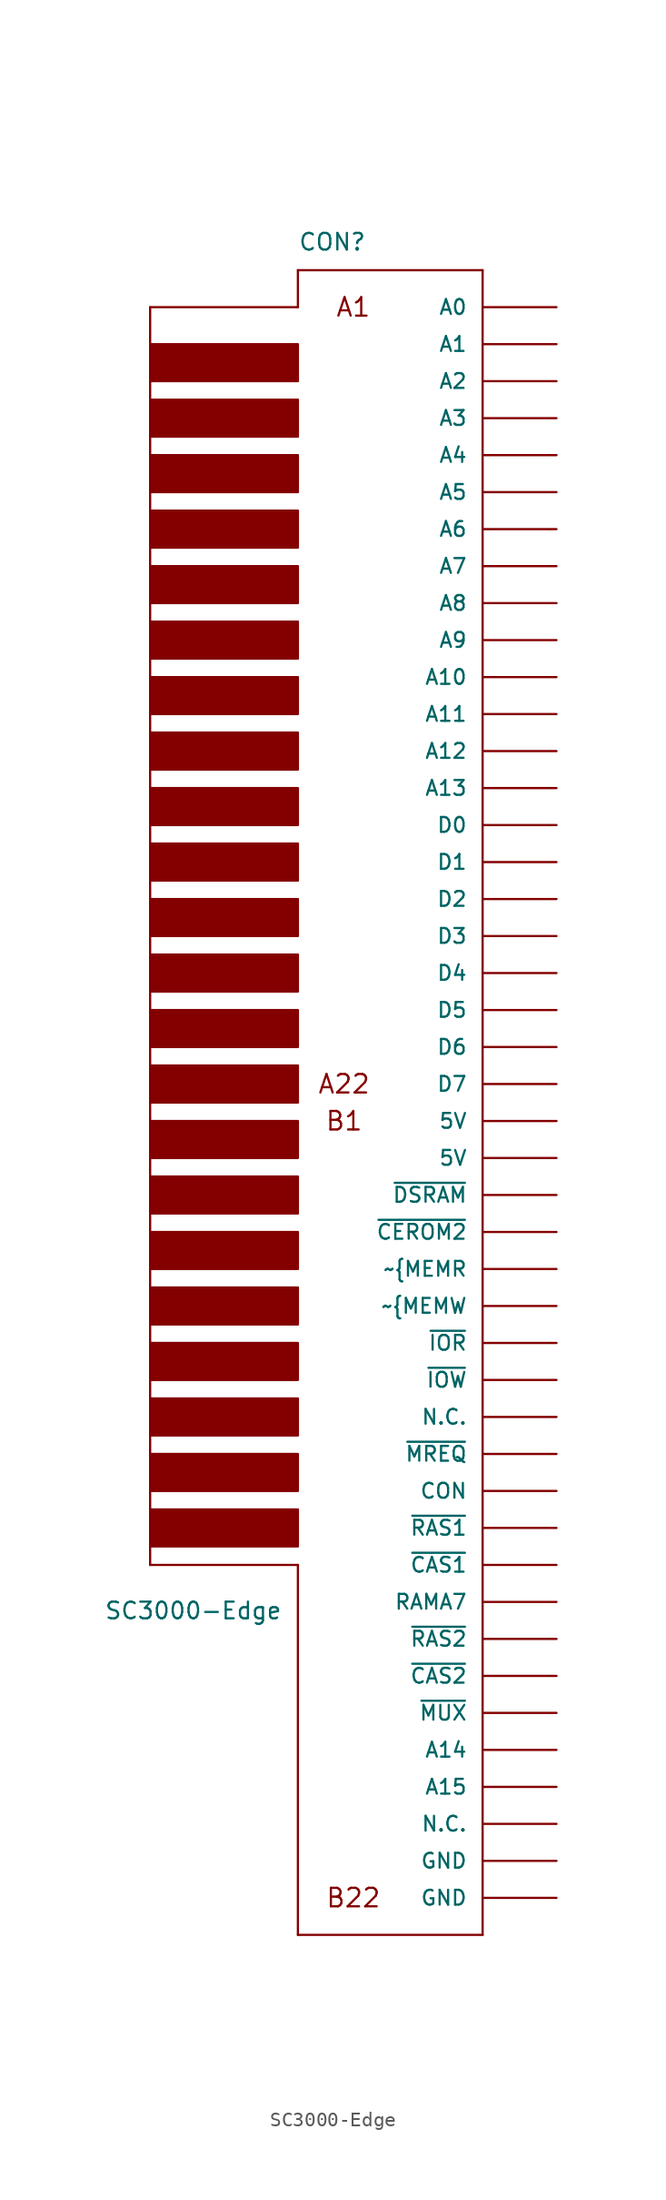
<source format=kicad_sym>
(kicad_symbol_lib
  (version 20231120)
  (generator "kicad_symbol_editor")
  (generator_version "8.0")
  (symbol "SC3000-Edge"
    (pin_numbers hide)
    (pin_names
      (offset 1.016))
    (property "Reference" "CON"
      (at -15.24 67.31 0)
      (effects (font (size 1.143 1.143)) (justify left bottom)))
    (property "Value" "SC3000-Edge"
      (at -28.575 -26.67 0)
      (effects (font (size 1.143 1.143)) (justify left bottom)))
    (symbol "SC3000-Edge_0_0"
      (text "A1" (at -11.43 63.5 0) (effects (font (size 1.27 1.27))))
      (text "A22" (at -12.065 10.16 0) (effects (font (size 1.27 1.27))))
      (text "B1" (at -12.065 7.62 0) (effects (font (size 1.27 1.27))))
      (text "B22" (at -11.43 -45.72 0) (effects (font (size 1.27 1.27)))))
    (symbol "SC3000-Edge_1_0"
      (polyline (pts (xy -25.4 -22.86) (xy -15.24 -22.86)) (stroke (width 0) (type default)) (fill (type none)))
      (polyline (pts (xy -25.4 63.5) (xy -25.4 -22.86)) (stroke (width 0) (type default)) (fill (type none)))
      (polyline (pts (xy -15.24 -48.26) (xy -2.54 -48.26)) (stroke (width 0) (type default)) (fill (type none)))
      (polyline (pts (xy -15.24 -22.86) (xy -15.24 -48.26)) (stroke (width 0) (type default)) (fill (type none)))
      (polyline (pts (xy -15.24 63.5) (xy -25.4 63.5)) (stroke (width 0) (type default)) (fill (type none)))
      (polyline (pts (xy -15.24 66.04) (xy -15.24 63.5)) (stroke (width 0) (type default)) (fill (type none)))
      (polyline (pts (xy -2.54 66.04) (xy -15.24 66.04)) (stroke (width 0) (type default)) (fill (type none)))
      (polyline (pts (xy -2.54 66.04) (xy -2.54 -48.26)) (stroke (width 0) (type default)) (fill (type none))))
    (symbol "SC3000-Edge_1_1"
      (rectangle (start -25.4 -21.59) (end -15.24 -19.05) (stroke (width 0) (type default)) (fill (type outline)))
      (rectangle (start -25.4 -17.78) (end -15.24 -15.24) (stroke (width 0) (type default)) (fill (type outline)))
      (rectangle (start -25.4 -13.97) (end -15.24 -11.43) (stroke (width 0) (type default)) (fill (type outline)))
      (rectangle (start -25.4 -10.16) (end -15.24 -7.62) (stroke (width 0) (type default)) (fill (type outline)))
      (rectangle (start -25.4 -6.35) (end -15.24 -3.81) (stroke (width 0) (type default)) (fill (type outline)))
      (rectangle (start -25.4 -2.54) (end -15.24 0) (stroke (width 0) (type default)) (fill (type outline)))
      (rectangle (start -25.4 1.27) (end -15.24 3.81) (stroke (width 0) (type default)) (fill (type outline)))
      (rectangle (start -25.4 5.08) (end -15.24 7.62) (stroke (width 0) (type default)) (fill (type outline)))
      (rectangle (start -25.4 8.89) (end -15.24 11.43) (stroke (width 0) (type default)) (fill (type outline)))
      (rectangle (start -25.4 12.7) (end -15.24 15.24) (stroke (width 0) (type default)) (fill (type outline)))
      (rectangle (start -25.4 16.51) (end -15.24 19.05) (stroke (width 0) (type default)) (fill (type outline)))
      (rectangle (start -25.4 20.32) (end -15.24 22.86) (stroke (width 0) (type default)) (fill (type outline)))
      (rectangle (start -25.4 24.13) (end -15.24 26.67) (stroke (width 0) (type default)) (fill (type outline)))
      (rectangle (start -25.4 27.94) (end -15.24 30.48) (stroke (width 0) (type default)) (fill (type outline)))
      (rectangle (start -25.4 31.75) (end -15.24 34.29) (stroke (width 0) (type default)) (fill (type outline)))
      (rectangle (start -25.4 35.56) (end -15.24 38.1) (stroke (width 0) (type default)) (fill (type outline)))
      (rectangle (start -25.4 39.37) (end -15.24 41.91) (stroke (width 0) (type default)) (fill (type outline)))
      (rectangle (start -25.4 43.18) (end -15.24 45.72) (stroke (width 0) (type default)) (fill (type outline)))
      (rectangle (start -25.4 46.99) (end -15.24 49.53) (stroke (width 0) (type default)) (fill (type outline)))
      (rectangle (start -25.4 50.8) (end -15.24 53.34) (stroke (width 0) (type default)) (fill (type outline)))
      (rectangle (start -25.4 54.61) (end -15.24 57.15) (stroke (width 0) (type default)) (fill (type outline)))
      (rectangle (start -25.4 58.42) (end -15.24 60.96) (stroke (width 0) (type default)) (fill (type outline)))
      (pin bidirectional line (at 2.54 63.5 180) (length 5.08) (name "A0" (effects (font (size 1.016 1.016)))) (number "A1" (effects (font (size 1.016 1.016)))))
      (pin bidirectional line (at 2.54 40.64 180) (length 5.08) (name "A9" (effects (font (size 1.016 1.016)))) (number "A10" (effects (font (size 1.016 1.016)))))
      (pin bidirectional line (at 2.54 38.1 180) (length 5.08) (name "A10" (effects (font (size 1.016 1.016)))) (number "A11" (effects (font (size 1.016 1.016)))))
      (pin bidirectional line (at 2.54 35.56 180) (length 5.08) (name "A11" (effects (font (size 1.016 1.016)))) (number "A12" (effects (font (size 1.016 1.016)))))
      (pin bidirectional line (at 2.54 33.02 180) (length 5.08) (name "A12" (effects (font (size 1.016 1.016)))) (number "A13" (effects (font (size 1.016 1.016)))))
      (pin bidirectional line (at 2.54 30.48 180) (length 5.08) (name "A13" (effects (font (size 1.016 1.016)))) (number "A14" (effects (font (size 1.016 1.016)))))
      (pin bidirectional line (at 2.54 27.94 180) (length 5.08) (name "D0" (effects (font (size 1.016 1.016)))) (number "A15" (effects (font (size 1.016 1.016)))))
      (pin bidirectional line (at 2.54 25.4 180) (length 5.08) (name "D1" (effects (font (size 1.016 1.016)))) (number "A16" (effects (font (size 1.016 1.016)))))
      (pin bidirectional line (at 2.54 22.86 180) (length 5.08) (name "D2" (effects (font (size 1.016 1.016)))) (number "A17" (effects (font (size 1.016 1.016)))))
      (pin bidirectional line (at 2.54 20.32 180) (length 5.08) (name "D3" (effects (font (size 1.016 1.016)))) (number "A18" (effects (font (size 1.016 1.016)))))
      (pin bidirectional line (at 2.54 17.78 180) (length 5.08) (name "D4" (effects (font (size 1.016 1.016)))) (number "A19" (effects (font (size 1.016 1.016)))))
      (pin bidirectional line (at 2.54 60.96 180) (length 5.08) (name "A1" (effects (font (size 1.016 1.016)))) (number "A2" (effects (font (size 1.016 1.016)))))
      (pin bidirectional line (at 2.54 15.24 180) (length 5.08) (name "D5" (effects (font (size 1.016 1.016)))) (number "A20" (effects (font (size 1.016 1.016)))))
      (pin bidirectional line (at 2.54 12.7 180) (length 5.08) (name "D6" (effects (font (size 1.016 1.016)))) (number "A21" (effects (font (size 1.016 1.016)))))
      (pin bidirectional line (at 2.54 10.16 180) (length 5.08) (name "D7" (effects (font (size 1.016 1.016)))) (number "A22" (effects (font (size 1.016 1.016)))))
      (pin bidirectional line (at 2.54 58.42 180) (length 5.08) (name "A2" (effects (font (size 1.016 1.016)))) (number "A3" (effects (font (size 1.016 1.016)))))
      (pin bidirectional line (at 2.54 55.88 180) (length 5.08) (name "A3" (effects (font (size 1.016 1.016)))) (number "A4" (effects (font (size 1.016 1.016)))))
      (pin bidirectional line (at 2.54 53.34 180) (length 5.08) (name "A4" (effects (font (size 1.016 1.016)))) (number "A5" (effects (font (size 1.016 1.016)))))
      (pin bidirectional line (at 2.54 50.8 180) (length 5.08) (name "A5" (effects (font (size 1.016 1.016)))) (number "A6" (effects (font (size 1.016 1.016)))))
      (pin bidirectional line (at 2.54 48.26 180) (length 5.08) (name "A6" (effects (font (size 1.016 1.016)))) (number "A7" (effects (font (size 1.016 1.016)))))
      (pin bidirectional line (at 2.54 45.72 180) (length 5.08) (name "A7" (effects (font (size 1.016 1.016)))) (number "A8" (effects (font (size 1.016 1.016)))))
      (pin bidirectional line (at 2.54 43.18 180) (length 5.08) (name "A8" (effects (font (size 1.016 1.016)))) (number "A9" (effects (font (size 1.016 1.016)))))
      (pin power_in line (at 2.54 7.62 180) (length 5.08) (name "5V" (effects (font (size 1.016 1.016)))) (number "B1" (effects (font (size 1.016 1.016)))))
      (pin bidirectional line (at 2.54 -15.24 180) (length 5.08) (name "~{MREQ}" (effects (font (size 1.016 1.016)))) (number "B10" (effects (font (size 1.016 1.016)))))
      (pin bidirectional line (at 2.54 -17.78 180) (length 5.08) (name "CON" (effects (font (size 1.016 1.016)))) (number "B11" (effects (font (size 1.016 1.016)))))
      (pin bidirectional line (at 2.54 -20.32 180) (length 5.08) (name "~{RAS1}" (effects (font (size 1.016 1.016)))) (number "B12" (effects (font (size 1.016 1.016)))))
      (pin bidirectional line (at 2.54 -22.86 180) (length 5.08) (name "~{CAS1}" (effects (font (size 1.016 1.016)))) (number "B13" (effects (font (size 1.016 1.016)))))
      (pin bidirectional line (at 2.54 -25.4 180) (length 5.08) (name "RAMA7" (effects (font (size 1.016 1.016)))) (number "B14" (effects (font (size 1.016 1.016)))))
      (pin bidirectional line (at 2.54 -27.94 180) (length 5.08) (name "~{RAS2}" (effects (font (size 1.016 1.016)))) (number "B15" (effects (font (size 1.016 1.016)))))
      (pin bidirectional line (at 2.54 -30.48 180) (length 5.08) (name "~{CAS2}" (effects (font (size 1.016 1.016)))) (number "B16" (effects (font (size 1.016 1.016)))))
      (pin bidirectional line (at 2.54 -33.02 180) (length 5.08) (name "~{MUX}" (effects (font (size 1.016 1.016)))) (number "B17" (effects (font (size 1.016 1.016)))))
      (pin bidirectional line (at 2.54 -35.56 180) (length 5.08) (name "A14" (effects (font (size 1.016 1.016)))) (number "B18" (effects (font (size 1.016 1.016)))))
      (pin bidirectional line (at 2.54 -38.1 180) (length 5.08) (name "A15" (effects (font (size 1.016 1.016)))) (number "B19" (effects (font (size 1.016 1.016)))))
      (pin power_in line (at 2.54 5.08 180) (length 5.08) (name "5V" (effects (font (size 1.016 1.016)))) (number "B2" (effects (font (size 1.016 1.016)))))
      (pin bidirectional line (at 2.54 -40.64 180) (length 5.08) (name "N.C." (effects (font (size 1.016 1.016)))) (number "B20" (effects (font (size 1.016 1.016)))))
      (pin power_in line (at 2.54 -43.18 180) (length 5.08) (name "GND" (effects (font (size 1.016 1.016)))) (number "B21" (effects (font (size 1.016 1.016)))))
      (pin power_in line (at 2.54 -45.72 180) (length 5.08) (name "GND" (effects (font (size 1.016 1.016)))) (number "B22" (effects (font (size 1.016 1.016)))))
      (pin bidirectional line (at 2.54 2.54 180) (length 5.08) (name "~{DSRAM}" (effects (font (size 1.016 1.016)))) (number "B3" (effects (font (size 1.016 1.016)))))
      (pin bidirectional line (at 2.54 0 180) (length 5.08) (name "~{CEROM2}" (effects (font (size 1.016 1.016)))) (number "B4" (effects (font (size 1.016 1.016)))))
      (pin bidirectional line (at 2.54 -2.54 180) (length 5.08) (name "~{MEMR" (effects (font (size 1.016 1.016)))) (number "B5" (effects (font (size 1.016 1.016)))))
      (pin bidirectional line (at 2.54 -5.08 180) (length 5.08) (name "~{MEMW" (effects (font (size 1.016 1.016)))) (number "B6" (effects (font (size 1.016 1.016)))))
      (pin bidirectional line (at 2.54 -7.62 180) (length 5.08) (name "~{IOR}" (effects (font (size 1.016 1.016)))) (number "B7" (effects (font (size 1.016 1.016)))))
      (pin bidirectional line (at 2.54 -10.16 180) (length 5.08) (name "~{IOW}" (effects (font (size 1.016 1.016)))) (number "B8" (effects (font (size 1.016 1.016)))))
      (pin bidirectional line (at 2.54 -12.7 180) (length 5.08) (name "N.C." (effects (font (size 1.016 1.016)))) (number "B9" (effects (font (size 1.016 1.016))))))))
</source>
